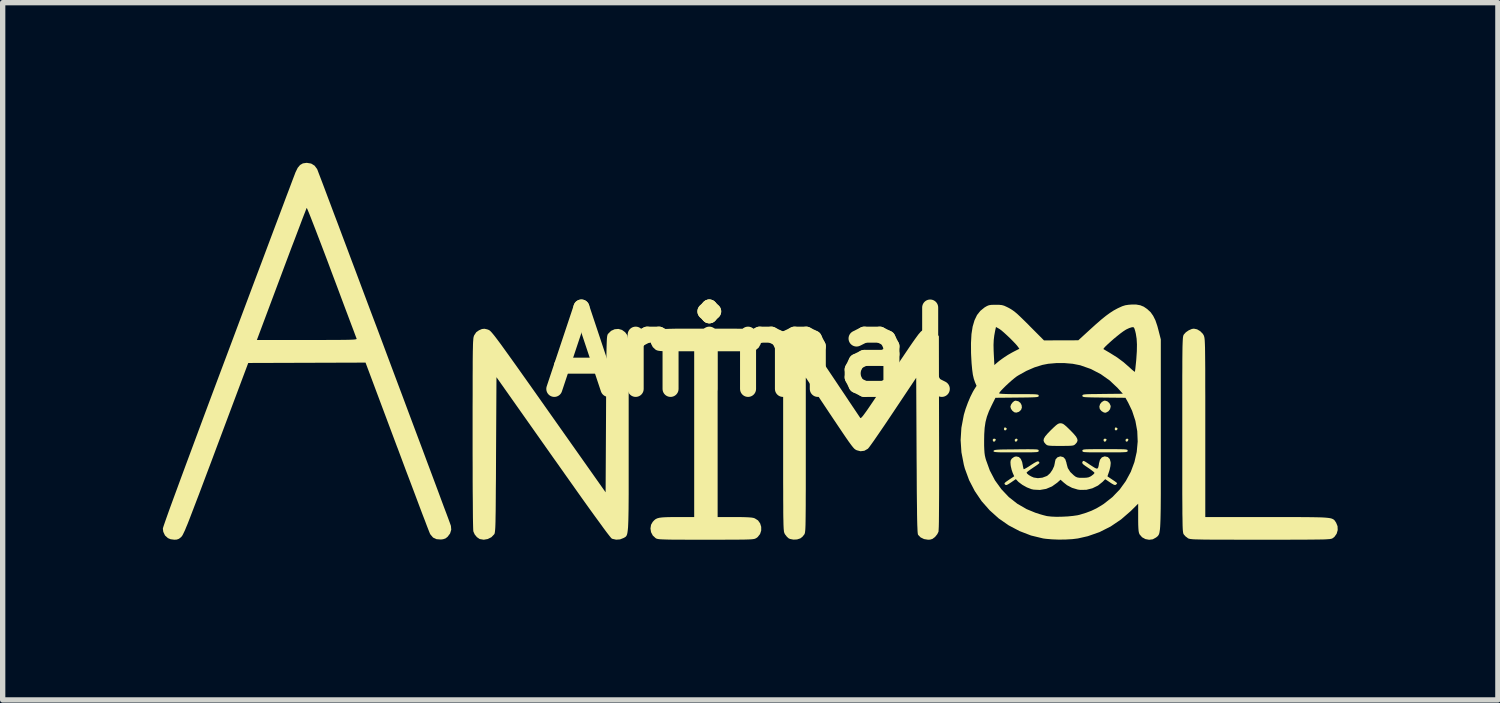
<source format=kicad_pcb>
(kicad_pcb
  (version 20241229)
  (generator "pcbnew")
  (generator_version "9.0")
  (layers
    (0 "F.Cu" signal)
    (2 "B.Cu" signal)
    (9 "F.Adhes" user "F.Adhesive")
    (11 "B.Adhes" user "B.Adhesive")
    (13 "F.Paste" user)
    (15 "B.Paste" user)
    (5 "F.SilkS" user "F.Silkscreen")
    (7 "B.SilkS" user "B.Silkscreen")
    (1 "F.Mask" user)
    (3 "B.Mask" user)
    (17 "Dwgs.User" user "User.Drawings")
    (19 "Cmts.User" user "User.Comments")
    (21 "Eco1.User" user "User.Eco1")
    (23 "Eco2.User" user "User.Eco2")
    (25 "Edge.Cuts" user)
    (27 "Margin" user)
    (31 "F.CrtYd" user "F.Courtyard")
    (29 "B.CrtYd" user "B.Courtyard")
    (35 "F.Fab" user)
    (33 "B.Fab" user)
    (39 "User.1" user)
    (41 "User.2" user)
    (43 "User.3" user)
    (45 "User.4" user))
  (footprint "Animal"
    (layer "F.Cu")
    (at 10.996 3.544)
    (property "Reference" "Animal" (at 0 0 0) (layer "F.SilkS") (effects (font (size 1.524 1.524) (thickness 0.3))))
    (attr board_only exclude_from_pos_files exclude_from_bom)
    (fp_poly (pts (xy 4.6 1.629) (xy 4.602 1.646) (xy 4.587 1.672) (xy 4.565 1.678) (xy 4.554 1.671) (xy 4.544 1.645) (xy 4.557 1.625) (xy 4.575 1.621)) (stroke (width 0) (type solid)) (fill yes) (layer "F.SilkS"))
    (fp_poly (pts (xy 4.805 1.426) (xy 4.809 1.439) (xy 4.796 1.46) (xy 4.782 1.466) (xy 4.761 1.461) (xy 4.756 1.439) (xy 4.764 1.414) (xy 4.782 1.411)) (stroke (width 0) (type solid)) (fill yes) (layer "F.SilkS"))
    (fp_poly (pts (xy 5.01 1.632) (xy 5.011 1.646) (xy 4.997 1.671) (xy 4.975 1.678) (xy 4.961 1.667) (xy 4.958 1.641) (xy 4.978 1.623) (xy 4.993 1.621)) (stroke (width 0) (type solid)) (fill yes) (layer "F.SilkS"))
    (fp_poly (pts (xy 6.675 1.629) (xy 6.677 1.646) (xy 6.662 1.672) (xy 6.64 1.678) (xy 6.629 1.671) (xy 6.619 1.645) (xy 6.632 1.625) (xy 6.65 1.621)) (stroke (width 0) (type solid)) (fill yes) (layer "F.SilkS"))
    (fp_poly (pts (xy 6.88 1.426) (xy 6.884 1.439) (xy 6.871 1.46) (xy 6.857 1.466) (xy 6.836 1.461) (xy 6.831 1.439) (xy 6.839 1.414) (xy 6.857 1.411)) (stroke (width 0) (type solid)) (fill yes) (layer "F.SilkS"))
    (fp_poly (pts (xy 7.085 1.632) (xy 7.086 1.646) (xy 7.072 1.671) (xy 7.05 1.678) (xy 7.036 1.667) (xy 7.033 1.641) (xy 7.053 1.623) (xy 7.068 1.621)) (stroke (width 0) (type solid)) (fill yes) (layer "F.SilkS"))
    (fp_poly (pts (xy 5.026 0.921) (xy 5.064 0.951) (xy 5.087 0.993) (xy 5.092 1.039) (xy 5.077 1.082) (xy 5.041 1.115) (xy 5.035 1.119) (xy 4.987 1.134) (xy 4.95 1.127) (xy 4.914 1.099) (xy 4.888 1.062) (xy 4.877 1.024) (xy 4.877 1.022) (xy 4.888 0.985) (xy 4.914 0.947) (xy 4.947 0.918) (xy 4.974 0.909)) (stroke (width 0) (type solid)) (fill yes) (layer "F.SilkS"))
    (fp_poly (pts (xy 6.693 0.922) (xy 6.731 0.956) (xy 6.753 1.002) (xy 6.755 1.022) (xy 6.743 1.07) (xy 6.711 1.11) (xy 6.668 1.133) (xy 6.649 1.136) (xy 6.619 1.127) (xy 6.584 1.105) (xy 6.583 1.105) (xy 6.551 1.066) (xy 6.543 1.022) (xy 6.556 0.975) (xy 6.588 0.935) (xy 6.63 0.911) (xy 6.649 0.909)) (stroke (width 0) (type solid)) (fill yes) (layer "F.SilkS"))
    (fp_poly (pts (xy 5.28 1.82) (xy 5.333 1.821) (xy 5.368 1.823) (xy 5.39 1.827) (xy 5.402 1.832) (xy 5.406 1.839) (xy 5.407 1.848) (xy 5.406 1.857) (xy 5.401 1.864) (xy 5.389 1.869) (xy 5.367 1.873) (xy 5.33 1.875) (xy 5.276 1.877) (xy 5.202 1.878) (xy 5.104 1.878) (xy 4.982 1.878) (xy 4.857 1.878) (xy 4.76 1.878) (xy 4.686 1.877) (xy 4.633 1.875) (xy 4.597 1.872) (xy 4.575 1.868) (xy 4.564 1.863) (xy 4.561 1.856) (xy 4.562 1.852) (xy 4.565 1.844) (xy 4.575 1.838) (xy 4.593 1.833) (xy 4.624 1.829) (xy 4.671 1.826) (xy 4.737 1.824) (xy 4.826 1.823) (xy 4.94 1.822) (xy 4.987 1.821) (xy 5.111 1.82) (xy 5.207 1.819)) (stroke (width 0) (type solid)) (fill yes) (layer "F.SilkS"))
    (fp_poly (pts (xy 6.773 1.818) (xy 6.871 1.818) (xy 6.944 1.819) (xy 6.997 1.82) (xy 7.034 1.823) (xy 7.056 1.827) (xy 7.068 1.832) (xy 7.072 1.839) (xy 7.073 1.848) (xy 7.072 1.857) (xy 7.067 1.864) (xy 7.055 1.869) (xy 7.032 1.873) (xy 6.995 1.875) (xy 6.941 1.877) (xy 6.866 1.878) (xy 6.767 1.878) (xy 6.649 1.878) (xy 6.525 1.878) (xy 6.428 1.878) (xy 6.354 1.877) (xy 6.301 1.875) (xy 6.265 1.873) (xy 6.242 1.869) (xy 6.231 1.863) (xy 6.226 1.856) (xy 6.225 1.848) (xy 6.226 1.839) (xy 6.231 1.832) (xy 6.243 1.827) (xy 6.266 1.823) (xy 6.303 1.82) (xy 6.358 1.819) (xy 6.432 1.818) (xy 6.531 1.818) (xy 6.649 1.818)) (stroke (width 0) (type solid)) (fill yes) (layer "F.SilkS"))
    (fp_poly (pts (xy 5.841 1.336) (xy 5.866 1.346) (xy 5.896 1.368) (xy 5.937 1.404) (xy 5.993 1.459) (xy 6.001 1.466) (xy 6.065 1.533) (xy 6.108 1.585) (xy 6.13 1.627) (xy 6.134 1.661) (xy 6.121 1.692) (xy 6.097 1.72) (xy 6.082 1.734) (xy 6.066 1.744) (xy 6.044 1.75) (xy 6.011 1.754) (xy 5.961 1.756) (xy 5.89 1.757) (xy 5.816 1.757) (xy 5.725 1.757) (xy 5.659 1.756) (xy 5.613 1.753) (xy 5.583 1.749) (xy 5.562 1.742) (xy 5.547 1.731) (xy 5.535 1.72) (xy 5.508 1.687) (xy 5.498 1.656) (xy 5.504 1.621) (xy 5.529 1.578) (xy 5.575 1.524) (xy 5.631 1.466) (xy 5.69 1.409) (xy 5.732 1.371) (xy 5.763 1.348) (xy 5.789 1.336) (xy 5.813 1.333) (xy 5.816 1.333)) (stroke (width 0) (type solid)) (fill yes) (layer "F.SilkS"))
    (fp_poly (pts (xy -0.64 -0.439) (xy -0.484 -0.439) (xy -0.354 -0.439) (xy -0.247 -0.438) (xy -0.16 -0.437) (xy -0.09 -0.435) (xy -0.036 -0.433) (xy 0.005 -0.431) (xy 0.035 -0.428) (xy 0.058 -0.423) (xy 0.076 -0.418) (xy 0.091 -0.413) (xy 0.098 -0.409) (xy 0.162 -0.364) (xy 0.2 -0.302) (xy 0.212 -0.228) (xy 0.199 -0.148) (xy 0.162 -0.083) (xy 0.117 -0.045) (xy 0.098 -0.035) (xy 0.077 -0.028) (xy 0.049 -0.023) (xy 0.008 -0.019) (xy -0.048 -0.017) (xy -0.124 -0.016) (xy -0.225 -0.015) (xy -0.269 -0.015) (xy -0.606 -0.015) (xy -0.606 3.09) (xy -0.288 3.09) (xy -0.175 3.09) (xy -0.087 3.092) (xy -0.022 3.095) (xy 0.027 3.099) (xy 0.063 3.105) (xy 0.09 3.114) (xy 0.09 3.114) (xy 0.15 3.152) (xy 0.19 3.208) (xy 0.21 3.273) (xy 0.21 3.342) (xy 0.189 3.407) (xy 0.145 3.463) (xy 0.117 3.484) (xy 0.105 3.49) (xy 0.092 3.496) (xy 0.075 3.5) (xy 0.05 3.504) (xy 0.017 3.507) (xy -0.028 3.509) (xy -0.088 3.511) (xy -0.163 3.512) (xy -0.258 3.513) (xy -0.373 3.513) (xy -0.513 3.514) (xy -0.678 3.514) (xy -0.825 3.514) (xy -1.013 3.514) (xy -1.172 3.514) (xy -1.306 3.513) (xy -1.416 3.513) (xy -1.506 3.512) (xy -1.578 3.51) (xy -1.634 3.508) (xy -1.676 3.506) (xy -1.708 3.503) (xy -1.73 3.499) (xy -1.747 3.495) (xy -1.759 3.489) (xy -1.768 3.484) (xy -1.82 3.436) (xy -1.853 3.373) (xy -1.864 3.303) (xy -1.853 3.234) (xy -1.822 3.18) (xy -1.796 3.152) (xy -1.77 3.13) (xy -1.738 3.114) (xy -1.697 3.103) (xy -1.641 3.096) (xy -1.568 3.092) (xy -1.473 3.09) (xy -1.364 3.09) (xy -1.045 3.09) (xy -1.045 -0.015) (xy -1.382 -0.015) (xy -1.493 -0.015) (xy -1.578 -0.016) (xy -1.641 -0.018) (xy -1.686 -0.021) (xy -1.719 -0.026) (xy -1.742 -0.032) (xy -1.761 -0.041) (xy -1.768 -0.045) (xy -1.82 -0.093) (xy -1.853 -0.156) (xy -1.864 -0.226) (xy -1.853 -0.295) (xy -1.822 -0.349) (xy -1.806 -0.368) (xy -1.791 -0.384) (xy -1.774 -0.397) (xy -1.753 -0.408) (xy -1.726 -0.417) (xy -1.689 -0.424) (xy -1.641 -0.429) (xy -1.578 -0.433) (xy -1.5 -0.436) (xy -1.403 -0.438) (xy -1.284 -0.439) (xy -1.142 -0.439) (xy -0.975 -0.439) (xy -0.823 -0.439)) (stroke (width 0) (type solid)) (fill yes) (layer "F.SilkS"))
    (fp_poly (pts (xy 8.374 -0.426) (xy 8.433 -0.391) (xy 8.481 -0.342) (xy 8.498 -0.313) (xy 8.502 -0.303) (xy 8.506 -0.29) (xy 8.51 -0.274) (xy 8.513 -0.253) (xy 8.516 -0.224) (xy 8.518 -0.187) (xy 8.52 -0.14) (xy 8.522 -0.081) (xy 8.523 -0.007) (xy 8.524 0.082) (xy 8.525 0.188) (xy 8.526 0.314) (xy 8.526 0.46) (xy 8.526 0.629) (xy 8.527 0.822) (xy 8.527 1.04) (xy 8.527 1.287) (xy 8.527 1.42) (xy 8.527 3.09) (xy 9.682 3.09) (xy 9.903 3.09) (xy 10.096 3.09) (xy 10.263 3.09) (xy 10.405 3.091) (xy 10.525 3.092) (xy 10.626 3.094) (xy 10.708 3.096) (xy 10.774 3.1) (xy 10.826 3.105) (xy 10.867 3.111) (xy 10.897 3.119) (xy 10.919 3.129) (xy 10.936 3.14) (xy 10.949 3.153) (xy 10.96 3.169) (xy 10.972 3.187) (xy 10.977 3.194) (xy 11.004 3.261) (xy 11.007 3.333) (xy 10.987 3.402) (xy 10.946 3.46) (xy 10.914 3.485) (xy 10.905 3.49) (xy 10.893 3.495) (xy 10.878 3.498) (xy 10.856 3.502) (xy 10.826 3.504) (xy 10.786 3.507) (xy 10.734 3.509) (xy 10.668 3.51) (xy 10.587 3.511) (xy 10.487 3.512) (xy 10.368 3.513) (xy 10.227 3.513) (xy 10.062 3.514) (xy 9.872 3.514) (xy 9.654 3.514) (xy 9.557 3.514) (xy 9.328 3.514) (xy 9.127 3.514) (xy 8.952 3.513) (xy 8.802 3.513) (xy 8.674 3.513) (xy 8.567 3.512) (xy 8.478 3.511) (xy 8.406 3.509) (xy 8.349 3.508) (xy 8.304 3.506) (xy 8.271 3.503) (xy 8.246 3.5) (xy 8.228 3.496) (xy 8.214 3.492) (xy 8.204 3.488) (xy 8.199 3.484) (xy 8.157 3.452) (xy 8.124 3.415) (xy 8.123 3.413) (xy 8.119 3.406) (xy 8.115 3.396) (xy 8.112 3.381) (xy 8.109 3.361) (xy 8.106 3.334) (xy 8.104 3.297) (xy 8.102 3.25) (xy 8.101 3.19) (xy 8.1 3.116) (xy 8.098 3.026) (xy 8.098 2.92) (xy 8.097 2.794) (xy 8.096 2.648) (xy 8.096 2.48) (xy 8.096 2.288) (xy 8.096 2.071) (xy 8.096 1.826) (xy 8.096 1.553) (xy 8.096 1.546) (xy 8.096 1.272) (xy 8.096 1.028) (xy 8.096 0.81) (xy 8.096 0.618) (xy 8.096 0.449) (xy 8.097 0.303) (xy 8.097 0.177) (xy 8.098 0.07) (xy 8.099 -0.02) (xy 8.1 -0.094) (xy 8.102 -0.154) (xy 8.104 -0.203) (xy 8.106 -0.24) (xy 8.108 -0.268) (xy 8.111 -0.289) (xy 8.115 -0.305) (xy 8.118 -0.316) (xy 8.123 -0.325) (xy 8.126 -0.33) (xy 8.163 -0.371) (xy 8.217 -0.408) (xy 8.275 -0.433) (xy 8.313 -0.439)) (stroke (width 0) (type solid)) (fill yes) (layer "F.SilkS"))
    (fp_poly (pts (xy 6.702 1.966) (xy 6.738 2.003) (xy 6.754 2.061) (xy 6.755 2.083) (xy 6.75 2.137) (xy 6.736 2.201) (xy 6.725 2.238) (xy 6.709 2.284) (xy 6.698 2.316) (xy 6.695 2.327) (xy 6.706 2.335) (xy 6.737 2.356) (xy 6.781 2.385) (xy 6.785 2.388) (xy 6.83 2.418) (xy 6.862 2.442) (xy 6.876 2.455) (xy 6.876 2.456) (xy 6.866 2.472) (xy 6.854 2.483) (xy 6.838 2.49) (xy 6.813 2.483) (xy 6.775 2.462) (xy 6.743 2.441) (xy 6.653 2.38) (xy 6.604 2.43) (xy 6.517 2.5) (xy 6.412 2.551) (xy 6.3 2.579) (xy 6.186 2.581) (xy 6.14 2.575) (xy 6.031 2.542) (xy 5.938 2.493) (xy 5.876 2.444) (xy 5.816 2.39) (xy 5.754 2.446) (xy 5.656 2.516) (xy 5.546 2.562) (xy 5.43 2.582) (xy 5.314 2.576) (xy 5.271 2.567) (xy 5.186 2.534) (xy 5.102 2.487) (xy 5.031 2.434) (xy 5.014 2.417) (xy 4.979 2.379) (xy 4.889 2.441) (xy 4.841 2.472) (xy 4.811 2.488) (xy 4.792 2.49) (xy 4.777 2.481) (xy 4.775 2.479) (xy 4.766 2.466) (xy 4.77 2.452) (xy 4.791 2.432) (xy 4.833 2.403) (xy 4.85 2.391) (xy 4.948 2.326) (xy 4.919 2.26) (xy 4.9 2.204) (xy 4.885 2.139) (xy 4.881 2.111) (xy 4.878 2.06) (xy 4.883 2.028) (xy 4.898 2.002) (xy 4.908 1.991) (xy 4.948 1.963) (xy 4.984 1.954) (xy 5.035 1.965) (xy 5.072 2) (xy 5.097 2.06) (xy 5.104 2.096) (xy 5.113 2.145) (xy 5.121 2.18) (xy 5.126 2.193) (xy 5.141 2.189) (xy 5.176 2.17) (xy 5.224 2.141) (xy 5.261 2.116) (xy 5.324 2.076) (xy 5.368 2.053) (xy 5.394 2.045) (xy 5.405 2.049) (xy 5.42 2.07) (xy 5.422 2.076) (xy 5.41 2.088) (xy 5.379 2.113) (xy 5.332 2.145) (xy 5.301 2.166) (xy 5.249 2.201) (xy 5.208 2.231) (xy 5.184 2.252) (xy 5.18 2.258) (xy 5.192 2.278) (xy 5.224 2.304) (xy 5.267 2.329) (xy 5.311 2.348) (xy 5.311 2.349) (xy 5.391 2.361) (xy 5.476 2.352) (xy 5.554 2.323) (xy 5.572 2.313) (xy 5.621 2.268) (xy 5.664 2.205) (xy 5.696 2.136) (xy 5.71 2.071) (xy 5.71 2.064) (xy 5.723 2.01) (xy 5.758 1.971) (xy 5.808 1.954) (xy 5.816 1.954) (xy 5.868 1.967) (xy 5.904 2.005) (xy 5.926 2.07) (xy 5.929 2.088) (xy 5.952 2.172) (xy 5.998 2.245) (xy 6.064 2.308) (xy 6.097 2.333) (xy 6.128 2.347) (xy 6.167 2.354) (xy 6.224 2.355) (xy 6.231 2.355) (xy 6.295 2.353) (xy 6.339 2.346) (xy 6.374 2.331) (xy 6.396 2.317) (xy 6.43 2.291) (xy 6.45 2.268) (xy 6.452 2.262) (xy 6.44 2.247) (xy 6.408 2.221) (xy 6.362 2.187) (xy 6.331 2.166) (xy 6.275 2.128) (xy 6.241 2.102) (xy 6.225 2.083) (xy 6.222 2.068) (xy 6.226 2.058) (xy 6.233 2.045) (xy 6.242 2.038) (xy 6.255 2.04) (xy 6.279 2.052) (xy 6.318 2.077) (xy 6.377 2.117) (xy 6.39 2.125) (xy 6.448 2.162) (xy 6.486 2.181) (xy 6.509 2.18) (xy 6.523 2.157) (xy 6.533 2.111) (xy 6.536 2.085) (xy 6.555 2.016) (xy 6.59 1.972) (xy 6.639 1.954) (xy 6.649 1.954)) (stroke (width 0) (type solid)) (fill yes) (layer "F.SilkS"))
    (fp_poly (pts (xy -4.919 -0.425) (xy -4.893 -0.415) (xy -4.884 -0.41) (xy -4.872 -0.402) (xy -4.858 -0.389) (xy -4.84 -0.37) (xy -4.818 -0.344) (xy -4.79 -0.31) (xy -4.756 -0.266) (xy -4.714 -0.21) (xy -4.664 -0.143) (xy -4.605 -0.061) (xy -4.536 0.035) (xy -4.455 0.148) (xy -4.362 0.278) (xy -4.256 0.428) (xy -4.136 0.597) (xy -4.001 0.788) (xy -3.85 1.002) (xy -3.769 1.117) (xy -2.704 2.626) (xy -2.696 1.163) (xy -2.695 0.92) (xy -2.694 0.705) (xy -2.692 0.517) (xy -2.691 0.354) (xy -2.69 0.214) (xy -2.689 0.095) (xy -2.688 -0.005) (xy -2.686 -0.088) (xy -2.684 -0.154) (xy -2.682 -0.207) (xy -2.68 -0.248) (xy -2.677 -0.279) (xy -2.674 -0.301) (xy -2.67 -0.317) (xy -2.666 -0.328) (xy -2.662 -0.337) (xy -2.657 -0.343) (xy -2.601 -0.398) (xy -2.534 -0.428) (xy -2.464 -0.434) (xy -2.397 -0.415) (xy -2.338 -0.372) (xy -2.298 -0.317) (xy -2.294 -0.308) (xy -2.291 -0.296) (xy -2.288 -0.279) (xy -2.285 -0.255) (xy -2.282 -0.224) (xy -2.28 -0.184) (xy -2.279 -0.132) (xy -2.277 -0.067) (xy -2.276 0.012) (xy -2.275 0.108) (xy -2.274 0.221) (xy -2.273 0.353) (xy -2.273 0.507) (xy -2.272 0.683) (xy -2.272 0.884) (xy -2.272 1.11) (xy -2.272 1.365) (xy -2.272 1.543) (xy -2.272 1.82) (xy -2.272 2.069) (xy -2.272 2.291) (xy -2.272 2.488) (xy -2.272 2.66) (xy -2.273 2.811) (xy -2.274 2.94) (xy -2.276 3.051) (xy -2.278 3.144) (xy -2.281 3.222) (xy -2.284 3.285) (xy -2.289 3.335) (xy -2.294 3.375) (xy -2.3 3.405) (xy -2.307 3.427) (xy -2.316 3.444) (xy -2.325 3.455) (xy -2.336 3.464) (xy -2.348 3.471) (xy -2.362 3.479) (xy -2.37 3.483) (xy -2.434 3.508) (xy -2.507 3.513) (xy -2.576 3.498) (xy -2.589 3.492) (xy -2.604 3.477) (xy -2.634 3.44) (xy -2.68 3.381) (xy -2.741 3.299) (xy -2.817 3.194) (xy -2.91 3.067) (xy -3.019 2.916) (xy -3.144 2.741) (xy -3.285 2.542) (xy -3.443 2.319) (xy -3.618 2.071) (xy -3.69 1.97) (xy -4.748 0.47) (xy -4.756 1.921) (xy -4.757 2.163) (xy -4.758 2.377) (xy -4.76 2.565) (xy -4.761 2.728) (xy -4.762 2.868) (xy -4.763 2.986) (xy -4.765 3.086) (xy -4.766 3.168) (xy -4.768 3.234) (xy -4.77 3.286) (xy -4.773 3.327) (xy -4.776 3.357) (xy -4.779 3.379) (xy -4.782 3.395) (xy -4.787 3.406) (xy -4.791 3.413) (xy -4.843 3.467) (xy -4.911 3.501) (xy -4.986 3.514) (xy -5.059 3.502) (xy -5.066 3.499) (xy -5.114 3.466) (xy -5.156 3.415) (xy -5.18 3.361) (xy -5.183 3.338) (xy -5.185 3.285) (xy -5.187 3.204) (xy -5.189 3.095) (xy -5.19 2.959) (xy -5.191 2.798) (xy -5.193 2.612) (xy -5.194 2.402) (xy -5.194 2.17) (xy -5.195 1.915) (xy -5.195 1.639) (xy -5.195 1.53) (xy -5.195 1.26) (xy -5.195 1.019) (xy -5.194 0.804) (xy -5.194 0.615) (xy -5.194 0.45) (xy -5.193 0.306) (xy -5.193 0.183) (xy -5.192 0.079) (xy -5.191 -0.009) (xy -5.189 -0.082) (xy -5.188 -0.14) (xy -5.186 -0.187) (xy -5.183 -0.224) (xy -5.181 -0.252) (xy -5.178 -0.274) (xy -5.174 -0.29) (xy -5.17 -0.302) (xy -5.166 -0.313) (xy -5.166 -0.313) (xy -5.127 -0.372) (xy -5.076 -0.408) (xy -5.02 -0.432) (xy -4.972 -0.437)) (stroke (width 0) (type solid)) (fill yes) (layer "F.SilkS"))
    (fp_poly (pts (xy -8.219 -3.531) (xy -8.154 -3.491) (xy -8.108 -3.429) (xy -8.103 -3.419) (xy -8.095 -3.398) (xy -8.077 -3.35) (xy -8.049 -3.277) (xy -8.012 -3.18) (xy -7.967 -3.061) (xy -7.915 -2.922) (xy -7.855 -2.763) (xy -7.789 -2.587) (xy -7.716 -2.395) (xy -7.639 -2.189) (xy -7.556 -1.969) (xy -7.47 -1.739) (xy -7.379 -1.498) (xy -7.286 -1.249) (xy -7.19 -0.993) (xy -7.092 -0.732) (xy -6.992 -0.468) (xy -6.892 -0.201) (xy -6.792 0.067) (xy -6.692 0.334) (xy -6.593 0.598) (xy -6.495 0.859) (xy -6.4 1.114) (xy -6.307 1.362) (xy -6.217 1.602) (xy -6.131 1.831) (xy -6.05 2.049) (xy -5.973 2.254) (xy -5.902 2.444) (xy -5.837 2.618) (xy -5.779 2.775) (xy -5.728 2.912) (xy -5.684 3.028) (xy -5.649 3.122) (xy -5.623 3.193) (xy -5.607 3.238) (xy -5.601 3.256) (xy -5.595 3.327) (xy -5.617 3.398) (xy -5.664 3.46) (xy -5.703 3.49) (xy -5.748 3.505) (xy -5.789 3.51) (xy -5.87 3.504) (xy -5.935 3.474) (xy -5.984 3.417) (xy -5.995 3.397) (xy -6.004 3.375) (xy -6.023 3.327) (xy -6.051 3.255) (xy -6.087 3.159) (xy -6.132 3.043) (xy -6.183 2.908) (xy -6.24 2.756) (xy -6.303 2.588) (xy -6.371 2.408) (xy -6.444 2.216) (xy -6.519 2.015) (xy -6.597 1.806) (xy -6.612 1.768) (xy -7.2 0.197) (xy -9.397 0.204) (xy -9.999 1.81) (xy -10.092 2.059) (xy -10.176 2.281) (xy -10.25 2.478) (xy -10.315 2.651) (xy -10.373 2.802) (xy -10.423 2.933) (xy -10.466 3.045) (xy -10.502 3.139) (xy -10.533 3.218) (xy -10.56 3.282) (xy -10.581 3.334) (xy -10.6 3.374) (xy -10.615 3.405) (xy -10.627 3.429) (xy -10.638 3.445) (xy -10.647 3.457) (xy -10.654 3.465) (xy -10.695 3.497) (xy -10.735 3.511) (xy -10.78 3.514) (xy -10.851 3.505) (xy -10.901 3.484) (xy -10.956 3.434) (xy -10.988 3.366) (xy -10.996 3.308) (xy -10.991 3.286) (xy -10.975 3.237) (xy -10.948 3.159) (xy -10.911 3.054) (xy -10.863 2.92) (xy -10.804 2.759) (xy -10.734 2.569) (xy -10.654 2.351) (xy -10.563 2.105) (xy -10.461 1.831) (xy -10.349 1.529) (xy -10.226 1.198) (xy -10.092 0.839) (xy -9.947 0.452) (xy -9.791 0.037) (xy -9.775 -0.006) (xy -9.692 -0.227) (xy -9.235 -0.227) (xy -8.297 -0.227) (xy -8.105 -0.227) (xy -7.941 -0.227) (xy -7.803 -0.228) (xy -7.688 -0.228) (xy -7.596 -0.229) (xy -7.522 -0.23) (xy -7.466 -0.232) (xy -7.425 -0.234) (xy -7.397 -0.237) (xy -7.379 -0.24) (xy -7.37 -0.244) (xy -7.367 -0.249) (xy -7.368 -0.254) (xy -7.375 -0.272) (xy -7.392 -0.316) (xy -7.417 -0.384) (xy -7.451 -0.474) (xy -7.493 -0.585) (xy -7.541 -0.713) (xy -7.595 -0.856) (xy -7.654 -1.014) (xy -7.717 -1.183) (xy -7.784 -1.361) (xy -7.835 -1.496) (xy -7.903 -1.679) (xy -7.969 -1.853) (xy -8.031 -2.016) (xy -8.089 -2.167) (xy -8.141 -2.303) (xy -8.188 -2.423) (xy -8.227 -2.524) (xy -8.259 -2.604) (xy -8.283 -2.661) (xy -8.297 -2.693) (xy -8.302 -2.7) (xy -8.309 -2.684) (xy -8.325 -2.642) (xy -8.351 -2.576) (xy -8.385 -2.488) (xy -8.426 -2.379) (xy -8.474 -2.253) (xy -8.528 -2.11) (xy -8.588 -1.954) (xy -8.651 -1.786) (xy -8.718 -1.608) (xy -8.774 -1.458) (xy -9.235 -0.227) (xy -9.692 -0.227) (xy -9.661 -0.31) (xy -9.55 -0.607) (xy -9.442 -0.895) (xy -9.337 -1.175) (xy -9.236 -1.444) (xy -9.139 -1.701) (xy -9.048 -1.944) (xy -8.962 -2.173) (xy -8.882 -2.386) (xy -8.808 -2.582) (xy -8.741 -2.76) (xy -8.682 -2.918) (xy -8.63 -3.054) (xy -8.587 -3.169) (xy -8.553 -3.259) (xy -8.528 -3.324) (xy -8.513 -3.364) (xy -8.509 -3.373) (xy -8.47 -3.452) (xy -8.426 -3.504) (xy -8.374 -3.534) (xy -8.307 -3.544) (xy -8.298 -3.544)) (stroke (width 0) (type solid)) (fill yes) (layer "F.SilkS"))
    (fp_poly (pts (xy 3.388 -0.427) (xy 3.447 -0.396) (xy 3.495 -0.352) (xy 3.503 -0.343) (xy 3.537 -0.295) (xy 3.541 1.507) (xy 3.542 1.818) (xy 3.542 2.098) (xy 3.542 2.35) (xy 3.542 2.572) (xy 3.541 2.766) (xy 3.54 2.932) (xy 3.539 3.071) (xy 3.538 3.182) (xy 3.536 3.267) (xy 3.533 3.326) (xy 3.531 3.359) (xy 3.53 3.365) (xy 3.508 3.41) (xy 3.472 3.455) (xy 3.46 3.467) (xy 3.417 3.499) (xy 3.374 3.512) (xy 3.335 3.514) (xy 3.26 3.502) (xy 3.196 3.471) (xy 3.15 3.425) (xy 3.148 3.42) (xy 3.144 3.409) (xy 3.141 3.386) (xy 3.138 3.351) (xy 3.136 3.301) (xy 3.133 3.236) (xy 3.131 3.153) (xy 3.129 3.051) (xy 3.128 2.929) (xy 3.126 2.784) (xy 3.124 2.615) (xy 3.123 2.421) (xy 3.122 2.2) (xy 3.12 1.951) (xy 3.12 1.933) (xy 3.113 0.481) (xy 2.681 1.128) (xy 2.596 1.255) (xy 2.516 1.374) (xy 2.44 1.485) (xy 2.372 1.584) (xy 2.314 1.668) (xy 2.266 1.735) (xy 2.231 1.783) (xy 2.21 1.808) (xy 2.207 1.811) (xy 2.142 1.848) (xy 2.07 1.857) (xy 2.001 1.839) (xy 1.986 1.832) (xy 1.971 1.823) (xy 1.954 1.81) (xy 1.935 1.789) (xy 1.911 1.76) (xy 1.881 1.72) (xy 1.843 1.668) (xy 1.796 1.6) (xy 1.739 1.516) (xy 1.669 1.412) (xy 1.585 1.287) (xy 1.49 1.145) (xy 1.045 0.477) (xy 1.045 1.924) (xy 1.045 2.165) (xy 1.045 2.379) (xy 1.045 2.565) (xy 1.044 2.727) (xy 1.044 2.866) (xy 1.043 2.984) (xy 1.042 3.083) (xy 1.041 3.165) (xy 1.04 3.231) (xy 1.038 3.283) (xy 1.036 3.324) (xy 1.033 3.354) (xy 1.03 3.377) (xy 1.027 3.393) (xy 1.022 3.405) (xy 1.018 3.415) (xy 1.015 3.418) (xy 0.982 3.459) (xy 0.943 3.489) (xy 0.94 3.49) (xy 0.881 3.509) (xy 0.813 3.512) (xy 0.751 3.5) (xy 0.724 3.488) (xy 0.691 3.458) (xy 0.658 3.416) (xy 0.653 3.407) (xy 0.648 3.398) (xy 0.644 3.389) (xy 0.64 3.377) (xy 0.636 3.361) (xy 0.634 3.339) (xy 0.631 3.31) (xy 0.629 3.271) (xy 0.627 3.223) (xy 0.626 3.161) (xy 0.624 3.086) (xy 0.623 2.995) (xy 0.623 2.887) (xy 0.622 2.76) (xy 0.622 2.612) (xy 0.621 2.442) (xy 0.621 2.249) (xy 0.621 2.029) (xy 0.621 1.783) (xy 0.621 1.543) (xy 0.621 1.27) (xy 0.621 1.026) (xy 0.621 0.809) (xy 0.622 0.617) (xy 0.622 0.449) (xy 0.622 0.303) (xy 0.623 0.178) (xy 0.624 0.071) (xy 0.625 -0.018) (xy 0.627 -0.092) (xy 0.628 -0.152) (xy 0.63 -0.199) (xy 0.632 -0.236) (xy 0.635 -0.265) (xy 0.638 -0.285) (xy 0.641 -0.3) (xy 0.645 -0.311) (xy 0.648 -0.317) (xy 0.678 -0.361) (xy 0.714 -0.398) (xy 0.717 -0.4) (xy 0.773 -0.425) (xy 0.841 -0.432) (xy 0.907 -0.421) (xy 0.949 -0.401) (xy 0.965 -0.383) (xy 0.996 -0.342) (xy 1.041 -0.281) (xy 1.097 -0.201) (xy 1.164 -0.104) (xy 1.24 0.006) (xy 1.324 0.128) (xy 1.413 0.259) (xy 1.506 0.398) (xy 1.519 0.417) (xy 1.612 0.556) (xy 1.7 0.688) (xy 1.783 0.811) (xy 1.857 0.923) (xy 1.923 1.021) (xy 1.978 1.103) (xy 2.021 1.167) (xy 2.05 1.21) (xy 2.064 1.231) (xy 2.064 1.232) (xy 2.07 1.236) (xy 2.078 1.233) (xy 2.09 1.223) (xy 2.108 1.203) (xy 2.133 1.171) (xy 2.165 1.127) (xy 2.207 1.068) (xy 2.258 0.993) (xy 2.321 0.9) (xy 2.397 0.787) (xy 2.487 0.653) (xy 2.592 0.496) (xy 2.628 0.441) (xy 2.738 0.275) (xy 2.833 0.133) (xy 2.914 0.013) (xy 2.982 -0.088) (xy 3.039 -0.171) (xy 3.086 -0.238) (xy 3.124 -0.29) (xy 3.154 -0.331) (xy 3.179 -0.36) (xy 3.198 -0.382) (xy 3.215 -0.396) (xy 3.229 -0.406) (xy 3.235 -0.409) (xy 3.28 -0.428) (xy 3.321 -0.438) (xy 3.331 -0.439)) (stroke (width 0) (type solid)) (fill yes) (layer "F.SilkS"))
    (fp_poly (pts (xy 7.235 -0.89) (xy 7.309 -0.877) (xy 7.375 -0.85) (xy 7.442 -0.804) (xy 7.443 -0.802) (xy 7.503 -0.747) (xy 7.551 -0.679) (xy 7.593 -0.595) (xy 7.629 -0.489) (xy 7.648 -0.418) (xy 7.694 -0.238) (xy 7.694 1.548) (xy 7.694 1.823) (xy 7.694 2.069) (xy 7.694 2.289) (xy 7.694 2.483) (xy 7.694 2.653) (xy 7.693 2.801) (xy 7.692 2.929) (xy 7.69 3.038) (xy 7.688 3.13) (xy 7.685 3.206) (xy 7.682 3.268) (xy 7.678 3.318) (xy 7.672 3.357) (xy 7.667 3.387) (xy 7.66 3.41) (xy 7.651 3.427) (xy 7.642 3.44) (xy 7.632 3.451) (xy 7.62 3.46) (xy 7.607 3.471) (xy 7.604 3.473) (xy 7.544 3.506) (xy 7.475 3.515) (xy 7.405 3.502) (xy 7.343 3.468) (xy 7.298 3.416) (xy 7.294 3.409) (xy 7.285 3.385) (xy 7.278 3.351) (xy 7.274 3.301) (xy 7.271 3.231) (xy 7.27 3.137) (xy 7.27 3.102) (xy 7.27 2.839) (xy 7.13 2.978) (xy 6.95 3.134) (xy 6.755 3.266) (xy 6.547 3.371) (xy 6.327 3.448) (xy 6.142 3.49) (xy 6.038 3.503) (xy 5.915 3.51) (xy 5.785 3.512) (xy 5.657 3.507) (xy 5.542 3.497) (xy 5.49 3.49) (xy 5.263 3.435) (xy 5.048 3.352) (xy 4.845 3.245) (xy 4.658 3.115) (xy 4.489 2.963) (xy 4.338 2.792) (xy 4.21 2.603) (xy 4.104 2.399) (xy 4.024 2.181) (xy 4.005 2.11) (xy 3.96 1.877) (xy 3.945 1.651) (xy 4.385 1.651) (xy 4.385 1.75) (xy 4.388 1.826) (xy 4.392 1.886) (xy 4.399 1.937) (xy 4.41 1.985) (xy 4.42 2.02) (xy 4.492 2.219) (xy 4.588 2.402) (xy 4.708 2.568) (xy 4.847 2.715) (xy 5.006 2.84) (xy 5.181 2.941) (xy 5.343 3.008) (xy 5.416 3.032) (xy 5.489 3.053) (xy 5.551 3.069) (xy 5.574 3.073) (xy 5.647 3.081) (xy 5.74 3.085) (xy 5.844 3.083) (xy 5.95 3.078) (xy 6.05 3.068) (xy 6.133 3.056) (xy 6.172 3.047) (xy 6.293 3.01) (xy 6.394 2.972) (xy 6.486 2.928) (xy 6.578 2.874) (xy 6.626 2.843) (xy 6.786 2.717) (xy 6.924 2.574) (xy 7.039 2.414) (xy 7.132 2.242) (xy 7.2 2.059) (xy 7.243 1.87) (xy 7.261 1.676) (xy 7.253 1.481) (xy 7.218 1.288) (xy 7.156 1.099) (xy 7.083 0.947) (xy 7.032 0.856) (xy 6.629 0.852) (xy 6.508 0.85) (xy 6.414 0.849) (xy 6.343 0.847) (xy 6.293 0.845) (xy 6.259 0.842) (xy 6.239 0.837) (xy 6.229 0.831) (xy 6.225 0.824) (xy 6.225 0.818) (xy 6.226 0.809) (xy 6.232 0.802) (xy 6.246 0.796) (xy 6.272 0.792) (xy 6.312 0.789) (xy 6.372 0.787) (xy 6.453 0.786) (xy 6.56 0.785) (xy 6.604 0.784) (xy 6.983 0.78) (xy 6.885 0.672) (xy 6.736 0.531) (xy 6.569 0.413) (xy 6.385 0.317) (xy 6.191 0.249) (xy 6.181 0.246) (xy 6.044 0.219) (xy 5.892 0.206) (xy 5.735 0.206) (xy 5.585 0.219) (xy 5.477 0.24) (xy 5.329 0.286) (xy 5.177 0.352) (xy 5.035 0.431) (xy 4.996 0.455) (xy 4.953 0.488) (xy 4.9 0.532) (xy 4.844 0.582) (xy 4.788 0.634) (xy 4.738 0.684) (xy 4.697 0.727) (xy 4.672 0.759) (xy 4.665 0.773) (xy 4.68 0.778) (xy 4.723 0.782) (xy 4.793 0.785) (xy 4.888 0.787) (xy 5.005 0.788) (xy 5.036 0.788) (xy 5.151 0.788) (xy 5.24 0.788) (xy 5.305 0.789) (xy 5.351 0.791) (xy 5.38 0.795) (xy 5.397 0.799) (xy 5.405 0.806) (xy 5.407 0.814) (xy 5.407 0.818) (xy 5.406 0.827) (xy 5.401 0.834) (xy 5.387 0.839) (xy 5.363 0.843) (xy 5.324 0.846) (xy 5.268 0.848) (xy 5.19 0.85) (xy 5.087 0.851) (xy 5.002 0.852) (xy 4.597 0.856) (xy 4.527 0.996) (xy 4.475 1.107) (xy 4.437 1.209) (xy 4.411 1.309) (xy 4.395 1.416) (xy 4.387 1.538) (xy 4.385 1.651) (xy 3.945 1.651) (xy 3.945 1.648) (xy 3.959 1.418) (xy 4.003 1.185) (xy 4.005 1.175) (xy 4.038 1.064) (xy 4.08 0.949) (xy 4.127 0.838) (xy 4.175 0.742) (xy 4.198 0.703) (xy 4.243 0.632) (xy 4.213 0.562) (xy 4.192 0.5) (xy 4.174 0.423) (xy 4.161 0.327) (xy 4.15 0.208) (xy 4.142 0.064) (xy 4.14 0.018) (xy 4.139 -0.135) (xy 4.561 -0.135) (xy 4.563 -0.027) (xy 4.566 0.04) (xy 4.577 0.243) (xy 4.628 0.198) (xy 4.668 0.165) (xy 4.721 0.126) (xy 4.767 0.094) (xy 4.83 0.053) (xy 4.903 0.011) (xy 4.95 -0.014) (xy 5.037 -0.058) (xy 6.619 -0.058) (xy 6.62 -0.056) (xy 6.635 -0.047) (xy 6.67 -0.026) (xy 6.718 0.002) (xy 6.74 0.015) (xy 6.876 0.1) (xy 6.996 0.189) (xy 7.108 0.287) (xy 7.151 0.327) (xy 7.185 0.355) (xy 7.205 0.369) (xy 7.208 0.37) (xy 7.211 0.354) (xy 7.217 0.312) (xy 7.223 0.252) (xy 7.231 0.177) (xy 7.235 0.133) (xy 7.245 -0.017) (xy 7.247 -0.143) (xy 7.241 -0.25) (xy 7.226 -0.345) (xy 7.215 -0.392) (xy 7.201 -0.438) (xy 7.189 -0.461) (xy 7.173 -0.467) (xy 7.145 -0.464) (xy 7.145 -0.463) (xy 7.103 -0.45) (xy 7.053 -0.427) (xy 7.032 -0.415) (xy 6.989 -0.387) (xy 6.936 -0.348) (xy 6.876 -0.3) (xy 6.814 -0.249) (xy 6.755 -0.197) (xy 6.701 -0.148) (xy 6.658 -0.107) (xy 6.629 -0.075) (xy 6.619 -0.058) (xy 5.037 -0.058) (xy 5.045 -0.062) (xy 5.016 -0.103) (xy 4.983 -0.143) (xy 4.935 -0.194) (xy 4.878 -0.252) (xy 4.817 -0.31) (xy 4.758 -0.364) (xy 4.708 -0.407) (xy 4.671 -0.434) (xy 4.667 -0.436) (xy 4.607 -0.47) (xy 4.591 -0.398) (xy 4.575 -0.311) (xy 4.565 -0.227) (xy 4.561 -0.135) (xy 4.139 -0.135) (xy 4.139 -0.173) (xy 4.148 -0.338) (xy 4.17 -0.478) (xy 4.205 -0.596) (xy 4.252 -0.694) (xy 4.314 -0.772) (xy 4.39 -0.834) (xy 4.399 -0.84) (xy 4.439 -0.863) (xy 4.474 -0.877) (xy 4.515 -0.884) (xy 4.571 -0.886) (xy 4.603 -0.886) (xy 4.67 -0.885) (xy 4.718 -0.88) (xy 4.761 -0.868) (xy 4.811 -0.845) (xy 4.847 -0.827) (xy 4.886 -0.805) (xy 4.924 -0.78) (xy 4.965 -0.749) (xy 5.012 -0.709) (xy 5.068 -0.656) (xy 5.138 -0.588) (xy 5.225 -0.502) (xy 5.233 -0.493) (xy 5.506 -0.219) (xy 5.828 -0.22) (xy 6.149 -0.221) (xy 6.363 -0.417) (xy 6.479 -0.522) (xy 6.578 -0.608) (xy 6.663 -0.677) (xy 6.74 -0.733) (xy 6.811 -0.779) (xy 6.881 -0.817) (xy 6.904 -0.828) (xy 6.972 -0.859) (xy 7.029 -0.877) (xy 7.088 -0.886) (xy 7.141 -0.89)) (stroke (width 0) (type solid)) (fill yes) (layer "F.SilkS")))
  (gr_rect
    (start -3 -3)
    (end 25.003 10.059)
    (stroke (width 0.1) (type default))
    (fill no)
    (layer "Edge.Cuts")))
</source>
